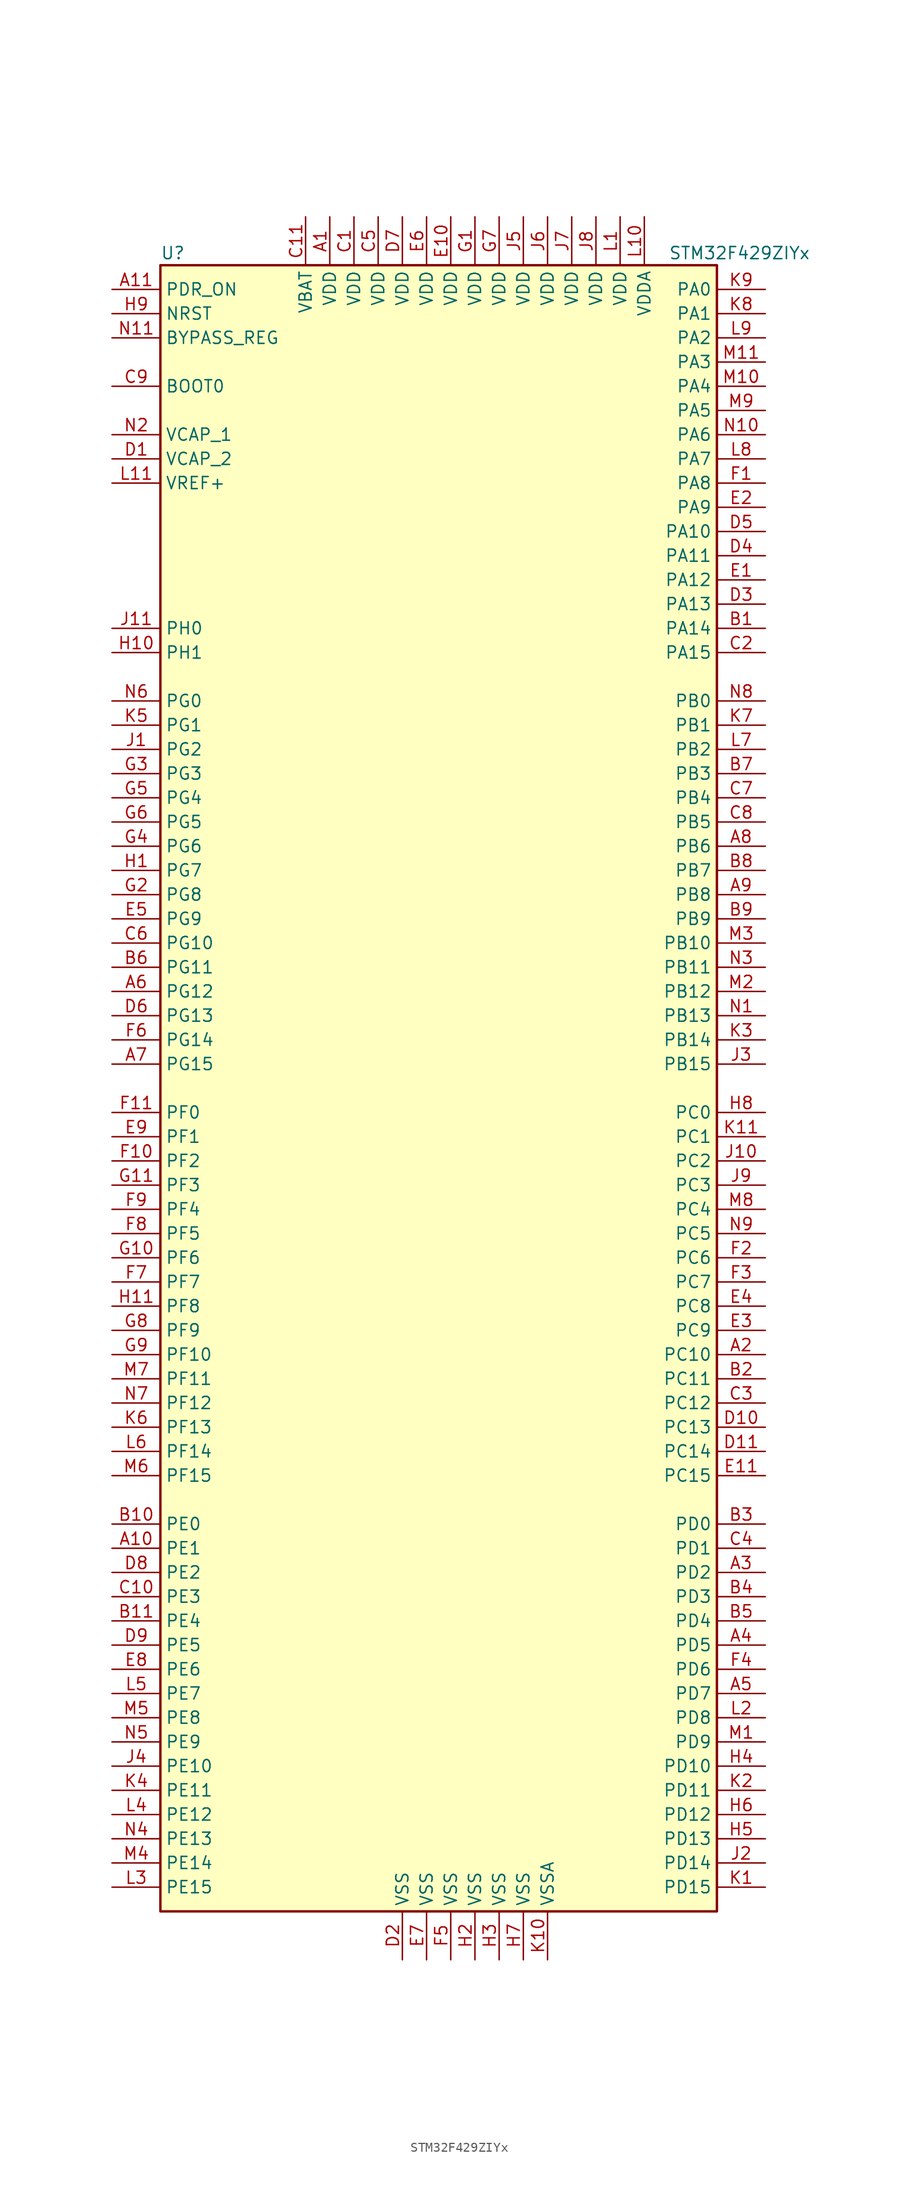
<source format=kicad_sym>
(kicad_symbol_lib
  (version 20201005)
  (generator kicad_symbol_editor)
  (symbol "MCU_ST_STM32F4:STM32F429ZIYx"
    (property "Reference" "U"
      (at -30.48 87.63 0)
      (effects (font (size 1.27 1.27)) (justify left)))
    (property "Value" "STM32F429ZIYx"
      (at 22.86 87.63 0)
      (effects (font (size 1.27 1.27)) (justify left)))
    (symbol "STM32F429ZIYx_0_1"
      (rectangle (start -30.48 -86.36) (end 27.94 86.36) (stroke (width 0.254)) (fill (type background))))
    (symbol "STM32F429ZIYx_1_1"
      (pin input line (at -35.56 73.66 0) (length 5.08) (name "BOOT0" (effects (font (size 1.27 1.27)))) (number "C9" (effects (font (size 1.27 1.27)))))
      (pin input line (at -35.56 78.74 0) (length 5.08) (name "BYPASS_REG" (effects (font (size 1.27 1.27)))) (number "N11" (effects (font (size 1.27 1.27)))))
      (pin input line (at -35.56 81.28 0) (length 5.08) (name "NRST" (effects (font (size 1.27 1.27)))) (number "H9" (effects (font (size 1.27 1.27)))))
      (pin bidirectional line (at 33.02 83.82 180) (length 5.08) (name "PA0" (effects (font (size 1.27 1.27)))) (number "K9" (effects (font (size 1.27 1.27)))))
      (pin bidirectional line (at 33.02 81.28 180) (length 5.08) (name "PA1" (effects (font (size 1.27 1.27)))) (number "K8" (effects (font (size 1.27 1.27)))))
      (pin bidirectional line (at 33.02 58.42 180) (length 5.08) (name "PA10" (effects (font (size 1.27 1.27)))) (number "D5" (effects (font (size 1.27 1.27)))))
      (pin bidirectional line (at 33.02 55.88 180) (length 5.08) (name "PA11" (effects (font (size 1.27 1.27)))) (number "D4" (effects (font (size 1.27 1.27)))))
      (pin bidirectional line (at 33.02 53.34 180) (length 5.08) (name "PA12" (effects (font (size 1.27 1.27)))) (number "E1" (effects (font (size 1.27 1.27)))))
      (pin bidirectional line (at 33.02 50.8 180) (length 5.08) (name "PA13" (effects (font (size 1.27 1.27)))) (number "D3" (effects (font (size 1.27 1.27)))))
      (pin bidirectional line (at 33.02 48.26 180) (length 5.08) (name "PA14" (effects (font (size 1.27 1.27)))) (number "B1" (effects (font (size 1.27 1.27)))))
      (pin bidirectional line (at 33.02 45.72 180) (length 5.08) (name "PA15" (effects (font (size 1.27 1.27)))) (number "C2" (effects (font (size 1.27 1.27)))))
      (pin bidirectional line (at 33.02 78.74 180) (length 5.08) (name "PA2" (effects (font (size 1.27 1.27)))) (number "L9" (effects (font (size 1.27 1.27)))))
      (pin bidirectional line (at 33.02 76.2 180) (length 5.08) (name "PA3" (effects (font (size 1.27 1.27)))) (number "M11" (effects (font (size 1.27 1.27)))))
      (pin bidirectional line (at 33.02 73.66 180) (length 5.08) (name "PA4" (effects (font (size 1.27 1.27)))) (number "M10" (effects (font (size 1.27 1.27)))))
      (pin bidirectional line (at 33.02 71.12 180) (length 5.08) (name "PA5" (effects (font (size 1.27 1.27)))) (number "M9" (effects (font (size 1.27 1.27)))))
      (pin bidirectional line (at 33.02 68.58 180) (length 5.08) (name "PA6" (effects (font (size 1.27 1.27)))) (number "N10" (effects (font (size 1.27 1.27)))))
      (pin bidirectional line (at 33.02 66.04 180) (length 5.08) (name "PA7" (effects (font (size 1.27 1.27)))) (number "L8" (effects (font (size 1.27 1.27)))))
      (pin bidirectional line (at 33.02 63.5 180) (length 5.08) (name "PA8" (effects (font (size 1.27 1.27)))) (number "F1" (effects (font (size 1.27 1.27)))))
      (pin bidirectional line (at 33.02 60.96 180) (length 5.08) (name "PA9" (effects (font (size 1.27 1.27)))) (number "E2" (effects (font (size 1.27 1.27)))))
      (pin bidirectional line (at 33.02 40.64 180) (length 5.08) (name "PB0" (effects (font (size 1.27 1.27)))) (number "N8" (effects (font (size 1.27 1.27)))))
      (pin bidirectional line (at 33.02 38.1 180) (length 5.08) (name "PB1" (effects (font (size 1.27 1.27)))) (number "K7" (effects (font (size 1.27 1.27)))))
      (pin bidirectional line (at 33.02 15.24 180) (length 5.08) (name "PB10" (effects (font (size 1.27 1.27)))) (number "M3" (effects (font (size 1.27 1.27)))))
      (pin bidirectional line (at 33.02 12.7 180) (length 5.08) (name "PB11" (effects (font (size 1.27 1.27)))) (number "N3" (effects (font (size 1.27 1.27)))))
      (pin bidirectional line (at 33.02 10.16 180) (length 5.08) (name "PB12" (effects (font (size 1.27 1.27)))) (number "M2" (effects (font (size 1.27 1.27)))))
      (pin bidirectional line (at 33.02 7.62 180) (length 5.08) (name "PB13" (effects (font (size 1.27 1.27)))) (number "N1" (effects (font (size 1.27 1.27)))))
      (pin bidirectional line (at 33.02 5.08 180) (length 5.08) (name "PB14" (effects (font (size 1.27 1.27)))) (number "K3" (effects (font (size 1.27 1.27)))))
      (pin bidirectional line (at 33.02 2.54 180) (length 5.08) (name "PB15" (effects (font (size 1.27 1.27)))) (number "J3" (effects (font (size 1.27 1.27)))))
      (pin bidirectional line (at 33.02 35.56 180) (length 5.08) (name "PB2" (effects (font (size 1.27 1.27)))) (number "L7" (effects (font (size 1.27 1.27)))))
      (pin bidirectional line (at 33.02 33.02 180) (length 5.08) (name "PB3" (effects (font (size 1.27 1.27)))) (number "B7" (effects (font (size 1.27 1.27)))))
      (pin bidirectional line (at 33.02 30.48 180) (length 5.08) (name "PB4" (effects (font (size 1.27 1.27)))) (number "C7" (effects (font (size 1.27 1.27)))))
      (pin bidirectional line (at 33.02 27.94 180) (length 5.08) (name "PB5" (effects (font (size 1.27 1.27)))) (number "C8" (effects (font (size 1.27 1.27)))))
      (pin bidirectional line (at 33.02 25.4 180) (length 5.08) (name "PB6" (effects (font (size 1.27 1.27)))) (number "A8" (effects (font (size 1.27 1.27)))))
      (pin bidirectional line (at 33.02 22.86 180) (length 5.08) (name "PB7" (effects (font (size 1.27 1.27)))) (number "B8" (effects (font (size 1.27 1.27)))))
      (pin bidirectional line (at 33.02 20.32 180) (length 5.08) (name "PB8" (effects (font (size 1.27 1.27)))) (number "A9" (effects (font (size 1.27 1.27)))))
      (pin bidirectional line (at 33.02 17.78 180) (length 5.08) (name "PB9" (effects (font (size 1.27 1.27)))) (number "B9" (effects (font (size 1.27 1.27)))))
      (pin bidirectional line (at 33.02 -2.54 180) (length 5.08) (name "PC0" (effects (font (size 1.27 1.27)))) (number "H8" (effects (font (size 1.27 1.27)))))
      (pin bidirectional line (at 33.02 -5.08 180) (length 5.08) (name "PC1" (effects (font (size 1.27 1.27)))) (number "K11" (effects (font (size 1.27 1.27)))))
      (pin bidirectional line (at 33.02 -27.94 180) (length 5.08) (name "PC10" (effects (font (size 1.27 1.27)))) (number "A2" (effects (font (size 1.27 1.27)))))
      (pin bidirectional line (at 33.02 -30.48 180) (length 5.08) (name "PC11" (effects (font (size 1.27 1.27)))) (number "B2" (effects (font (size 1.27 1.27)))))
      (pin bidirectional line (at 33.02 -33.02 180) (length 5.08) (name "PC12" (effects (font (size 1.27 1.27)))) (number "C3" (effects (font (size 1.27 1.27)))))
      (pin bidirectional line (at 33.02 -35.56 180) (length 5.08) (name "PC13" (effects (font (size 1.27 1.27)))) (number "D10" (effects (font (size 1.27 1.27)))))
      (pin bidirectional line (at 33.02 -38.1 180) (length 5.08) (name "PC14" (effects (font (size 1.27 1.27)))) (number "D11" (effects (font (size 1.27 1.27)))))
      (pin bidirectional line (at 33.02 -40.64 180) (length 5.08) (name "PC15" (effects (font (size 1.27 1.27)))) (number "E11" (effects (font (size 1.27 1.27)))))
      (pin bidirectional line (at 33.02 -7.62 180) (length 5.08) (name "PC2" (effects (font (size 1.27 1.27)))) (number "J10" (effects (font (size 1.27 1.27)))))
      (pin bidirectional line (at 33.02 -10.16 180) (length 5.08) (name "PC3" (effects (font (size 1.27 1.27)))) (number "J9" (effects (font (size 1.27 1.27)))))
      (pin bidirectional line (at 33.02 -12.7 180) (length 5.08) (name "PC4" (effects (font (size 1.27 1.27)))) (number "M8" (effects (font (size 1.27 1.27)))))
      (pin bidirectional line (at 33.02 -15.24 180) (length 5.08) (name "PC5" (effects (font (size 1.27 1.27)))) (number "N9" (effects (font (size 1.27 1.27)))))
      (pin bidirectional line (at 33.02 -17.78 180) (length 5.08) (name "PC6" (effects (font (size 1.27 1.27)))) (number "F2" (effects (font (size 1.27 1.27)))))
      (pin bidirectional line (at 33.02 -20.32 180) (length 5.08) (name "PC7" (effects (font (size 1.27 1.27)))) (number "F3" (effects (font (size 1.27 1.27)))))
      (pin bidirectional line (at 33.02 -22.86 180) (length 5.08) (name "PC8" (effects (font (size 1.27 1.27)))) (number "E4" (effects (font (size 1.27 1.27)))))
      (pin bidirectional line (at 33.02 -25.4 180) (length 5.08) (name "PC9" (effects (font (size 1.27 1.27)))) (number "E3" (effects (font (size 1.27 1.27)))))
      (pin bidirectional line (at 33.02 -45.72 180) (length 5.08) (name "PD0" (effects (font (size 1.27 1.27)))) (number "B3" (effects (font (size 1.27 1.27)))))
      (pin bidirectional line (at 33.02 -48.26 180) (length 5.08) (name "PD1" (effects (font (size 1.27 1.27)))) (number "C4" (effects (font (size 1.27 1.27)))))
      (pin bidirectional line (at 33.02 -71.12 180) (length 5.08) (name "PD10" (effects (font (size 1.27 1.27)))) (number "H4" (effects (font (size 1.27 1.27)))))
      (pin bidirectional line (at 33.02 -73.66 180) (length 5.08) (name "PD11" (effects (font (size 1.27 1.27)))) (number "K2" (effects (font (size 1.27 1.27)))))
      (pin bidirectional line (at 33.02 -76.2 180) (length 5.08) (name "PD12" (effects (font (size 1.27 1.27)))) (number "H6" (effects (font (size 1.27 1.27)))))
      (pin bidirectional line (at 33.02 -78.74 180) (length 5.08) (name "PD13" (effects (font (size 1.27 1.27)))) (number "H5" (effects (font (size 1.27 1.27)))))
      (pin bidirectional line (at 33.02 -81.28 180) (length 5.08) (name "PD14" (effects (font (size 1.27 1.27)))) (number "J2" (effects (font (size 1.27 1.27)))))
      (pin bidirectional line (at 33.02 -83.82 180) (length 5.08) (name "PD15" (effects (font (size 1.27 1.27)))) (number "K1" (effects (font (size 1.27 1.27)))))
      (pin bidirectional line (at 33.02 -50.8 180) (length 5.08) (name "PD2" (effects (font (size 1.27 1.27)))) (number "A3" (effects (font (size 1.27 1.27)))))
      (pin bidirectional line (at 33.02 -53.34 180) (length 5.08) (name "PD3" (effects (font (size 1.27 1.27)))) (number "B4" (effects (font (size 1.27 1.27)))))
      (pin bidirectional line (at 33.02 -55.88 180) (length 5.08) (name "PD4" (effects (font (size 1.27 1.27)))) (number "B5" (effects (font (size 1.27 1.27)))))
      (pin bidirectional line (at 33.02 -58.42 180) (length 5.08) (name "PD5" (effects (font (size 1.27 1.27)))) (number "A4" (effects (font (size 1.27 1.27)))))
      (pin bidirectional line (at 33.02 -60.96 180) (length 5.08) (name "PD6" (effects (font (size 1.27 1.27)))) (number "F4" (effects (font (size 1.27 1.27)))))
      (pin bidirectional line (at 33.02 -63.5 180) (length 5.08) (name "PD7" (effects (font (size 1.27 1.27)))) (number "A5" (effects (font (size 1.27 1.27)))))
      (pin bidirectional line (at 33.02 -66.04 180) (length 5.08) (name "PD8" (effects (font (size 1.27 1.27)))) (number "L2" (effects (font (size 1.27 1.27)))))
      (pin bidirectional line (at 33.02 -68.58 180) (length 5.08) (name "PD9" (effects (font (size 1.27 1.27)))) (number "M1" (effects (font (size 1.27 1.27)))))
      (pin input line (at -35.56 83.82 0) (length 5.08) (name "PDR_ON" (effects (font (size 1.27 1.27)))) (number "A11" (effects (font (size 1.27 1.27)))))
      (pin bidirectional line (at -35.56 -45.72 0) (length 5.08) (name "PE0" (effects (font (size 1.27 1.27)))) (number "B10" (effects (font (size 1.27 1.27)))))
      (pin bidirectional line (at -35.56 -48.26 0) (length 5.08) (name "PE1" (effects (font (size 1.27 1.27)))) (number "A10" (effects (font (size 1.27 1.27)))))
      (pin bidirectional line (at -35.56 -71.12 0) (length 5.08) (name "PE10" (effects (font (size 1.27 1.27)))) (number "J4" (effects (font (size 1.27 1.27)))))
      (pin bidirectional line (at -35.56 -73.66 0) (length 5.08) (name "PE11" (effects (font (size 1.27 1.27)))) (number "K4" (effects (font (size 1.27 1.27)))))
      (pin bidirectional line (at -35.56 -76.2 0) (length 5.08) (name "PE12" (effects (font (size 1.27 1.27)))) (number "L4" (effects (font (size 1.27 1.27)))))
      (pin bidirectional line (at -35.56 -78.74 0) (length 5.08) (name "PE13" (effects (font (size 1.27 1.27)))) (number "N4" (effects (font (size 1.27 1.27)))))
      (pin bidirectional line (at -35.56 -81.28 0) (length 5.08) (name "PE14" (effects (font (size 1.27 1.27)))) (number "M4" (effects (font (size 1.27 1.27)))))
      (pin bidirectional line (at -35.56 -83.82 0) (length 5.08) (name "PE15" (effects (font (size 1.27 1.27)))) (number "L3" (effects (font (size 1.27 1.27)))))
      (pin bidirectional line (at -35.56 -50.8 0) (length 5.08) (name "PE2" (effects (font (size 1.27 1.27)))) (number "D8" (effects (font (size 1.27 1.27)))))
      (pin bidirectional line (at -35.56 -53.34 0) (length 5.08) (name "PE3" (effects (font (size 1.27 1.27)))) (number "C10" (effects (font (size 1.27 1.27)))))
      (pin bidirectional line (at -35.56 -55.88 0) (length 5.08) (name "PE4" (effects (font (size 1.27 1.27)))) (number "B11" (effects (font (size 1.27 1.27)))))
      (pin bidirectional line (at -35.56 -58.42 0) (length 5.08) (name "PE5" (effects (font (size 1.27 1.27)))) (number "D9" (effects (font (size 1.27 1.27)))))
      (pin bidirectional line (at -35.56 -60.96 0) (length 5.08) (name "PE6" (effects (font (size 1.27 1.27)))) (number "E8" (effects (font (size 1.27 1.27)))))
      (pin bidirectional line (at -35.56 -63.5 0) (length 5.08) (name "PE7" (effects (font (size 1.27 1.27)))) (number "L5" (effects (font (size 1.27 1.27)))))
      (pin bidirectional line (at -35.56 -66.04 0) (length 5.08) (name "PE8" (effects (font (size 1.27 1.27)))) (number "M5" (effects (font (size 1.27 1.27)))))
      (pin bidirectional line (at -35.56 -68.58 0) (length 5.08) (name "PE9" (effects (font (size 1.27 1.27)))) (number "N5" (effects (font (size 1.27 1.27)))))
      (pin bidirectional line (at -35.56 -2.54 0) (length 5.08) (name "PF0" (effects (font (size 1.27 1.27)))) (number "F11" (effects (font (size 1.27 1.27)))))
      (pin bidirectional line (at -35.56 -5.08 0) (length 5.08) (name "PF1" (effects (font (size 1.27 1.27)))) (number "E9" (effects (font (size 1.27 1.27)))))
      (pin bidirectional line (at -35.56 -27.94 0) (length 5.08) (name "PF10" (effects (font (size 1.27 1.27)))) (number "G9" (effects (font (size 1.27 1.27)))))
      (pin bidirectional line (at -35.56 -30.48 0) (length 5.08) (name "PF11" (effects (font (size 1.27 1.27)))) (number "M7" (effects (font (size 1.27 1.27)))))
      (pin bidirectional line (at -35.56 -33.02 0) (length 5.08) (name "PF12" (effects (font (size 1.27 1.27)))) (number "N7" (effects (font (size 1.27 1.27)))))
      (pin bidirectional line (at -35.56 -35.56 0) (length 5.08) (name "PF13" (effects (font (size 1.27 1.27)))) (number "K6" (effects (font (size 1.27 1.27)))))
      (pin bidirectional line (at -35.56 -38.1 0) (length 5.08) (name "PF14" (effects (font (size 1.27 1.27)))) (number "L6" (effects (font (size 1.27 1.27)))))
      (pin bidirectional line (at -35.56 -40.64 0) (length 5.08) (name "PF15" (effects (font (size 1.27 1.27)))) (number "M6" (effects (font (size 1.27 1.27)))))
      (pin bidirectional line (at -35.56 -7.62 0) (length 5.08) (name "PF2" (effects (font (size 1.27 1.27)))) (number "F10" (effects (font (size 1.27 1.27)))))
      (pin bidirectional line (at -35.56 -10.16 0) (length 5.08) (name "PF3" (effects (font (size 1.27 1.27)))) (number "G11" (effects (font (size 1.27 1.27)))))
      (pin bidirectional line (at -35.56 -12.7 0) (length 5.08) (name "PF4" (effects (font (size 1.27 1.27)))) (number "F9" (effects (font (size 1.27 1.27)))))
      (pin bidirectional line (at -35.56 -15.24 0) (length 5.08) (name "PF5" (effects (font (size 1.27 1.27)))) (number "F8" (effects (font (size 1.27 1.27)))))
      (pin bidirectional line (at -35.56 -17.78 0) (length 5.08) (name "PF6" (effects (font (size 1.27 1.27)))) (number "G10" (effects (font (size 1.27 1.27)))))
      (pin bidirectional line (at -35.56 -20.32 0) (length 5.08) (name "PF7" (effects (font (size 1.27 1.27)))) (number "F7" (effects (font (size 1.27 1.27)))))
      (pin bidirectional line (at -35.56 -22.86 0) (length 5.08) (name "PF8" (effects (font (size 1.27 1.27)))) (number "H11" (effects (font (size 1.27 1.27)))))
      (pin bidirectional line (at -35.56 -25.4 0) (length 5.08) (name "PF9" (effects (font (size 1.27 1.27)))) (number "G8" (effects (font (size 1.27 1.27)))))
      (pin bidirectional line (at -35.56 40.64 0) (length 5.08) (name "PG0" (effects (font (size 1.27 1.27)))) (number "N6" (effects (font (size 1.27 1.27)))))
      (pin bidirectional line (at -35.56 38.1 0) (length 5.08) (name "PG1" (effects (font (size 1.27 1.27)))) (number "K5" (effects (font (size 1.27 1.27)))))
      (pin bidirectional line (at -35.56 15.24 0) (length 5.08) (name "PG10" (effects (font (size 1.27 1.27)))) (number "C6" (effects (font (size 1.27 1.27)))))
      (pin bidirectional line (at -35.56 12.7 0) (length 5.08) (name "PG11" (effects (font (size 1.27 1.27)))) (number "B6" (effects (font (size 1.27 1.27)))))
      (pin bidirectional line (at -35.56 10.16 0) (length 5.08) (name "PG12" (effects (font (size 1.27 1.27)))) (number "A6" (effects (font (size 1.27 1.27)))))
      (pin bidirectional line (at -35.56 7.62 0) (length 5.08) (name "PG13" (effects (font (size 1.27 1.27)))) (number "D6" (effects (font (size 1.27 1.27)))))
      (pin bidirectional line (at -35.56 5.08 0) (length 5.08) (name "PG14" (effects (font (size 1.27 1.27)))) (number "F6" (effects (font (size 1.27 1.27)))))
      (pin bidirectional line (at -35.56 2.54 0) (length 5.08) (name "PG15" (effects (font (size 1.27 1.27)))) (number "A7" (effects (font (size 1.27 1.27)))))
      (pin bidirectional line (at -35.56 35.56 0) (length 5.08) (name "PG2" (effects (font (size 1.27 1.27)))) (number "J1" (effects (font (size 1.27 1.27)))))
      (pin bidirectional line (at -35.56 33.02 0) (length 5.08) (name "PG3" (effects (font (size 1.27 1.27)))) (number "G3" (effects (font (size 1.27 1.27)))))
      (pin bidirectional line (at -35.56 30.48 0) (length 5.08) (name "PG4" (effects (font (size 1.27 1.27)))) (number "G5" (effects (font (size 1.27 1.27)))))
      (pin bidirectional line (at -35.56 27.94 0) (length 5.08) (name "PG5" (effects (font (size 1.27 1.27)))) (number "G6" (effects (font (size 1.27 1.27)))))
      (pin bidirectional line (at -35.56 25.4 0) (length 5.08) (name "PG6" (effects (font (size 1.27 1.27)))) (number "G4" (effects (font (size 1.27 1.27)))))
      (pin bidirectional line (at -35.56 22.86 0) (length 5.08) (name "PG7" (effects (font (size 1.27 1.27)))) (number "H1" (effects (font (size 1.27 1.27)))))
      (pin bidirectional line (at -35.56 20.32 0) (length 5.08) (name "PG8" (effects (font (size 1.27 1.27)))) (number "G2" (effects (font (size 1.27 1.27)))))
      (pin bidirectional line (at -35.56 17.78 0) (length 5.08) (name "PG9" (effects (font (size 1.27 1.27)))) (number "E5" (effects (font (size 1.27 1.27)))))
      (pin input line (at -35.56 48.26 0) (length 5.08) (name "PH0" (effects (font (size 1.27 1.27)))) (number "J11" (effects (font (size 1.27 1.27)))))
      (pin input line (at -35.56 45.72 0) (length 5.08) (name "PH1" (effects (font (size 1.27 1.27)))) (number "H10" (effects (font (size 1.27 1.27)))))
      (pin power_in line (at -15.24 91.44 270) (length 5.08) (name "VBAT" (effects (font (size 1.27 1.27)))) (number "C11" (effects (font (size 1.27 1.27)))))
      (pin power_in line (at -35.56 68.58 0) (length 5.08) (name "VCAP_1" (effects (font (size 1.27 1.27)))) (number "N2" (effects (font (size 1.27 1.27)))))
      (pin power_in line (at -35.56 66.04 0) (length 5.08) (name "VCAP_2" (effects (font (size 1.27 1.27)))) (number "D1" (effects (font (size 1.27 1.27)))))
      (pin power_in line (at -12.7 91.44 270) (length 5.08) (name "VDD" (effects (font (size 1.27 1.27)))) (number "A1" (effects (font (size 1.27 1.27)))))
      (pin power_in line (at -10.16 91.44 270) (length 5.08) (name "VDD" (effects (font (size 1.27 1.27)))) (number "C1" (effects (font (size 1.27 1.27)))))
      (pin power_in line (at -7.62 91.44 270) (length 5.08) (name "VDD" (effects (font (size 1.27 1.27)))) (number "C5" (effects (font (size 1.27 1.27)))))
      (pin power_in line (at -5.08 91.44 270) (length 5.08) (name "VDD" (effects (font (size 1.27 1.27)))) (number "D7" (effects (font (size 1.27 1.27)))))
      (pin power_in line (at 0 91.44 270) (length 5.08) (name "VDD" (effects (font (size 1.27 1.27)))) (number "E10" (effects (font (size 1.27 1.27)))))
      (pin power_in line (at -2.54 91.44 270) (length 5.08) (name "VDD" (effects (font (size 1.27 1.27)))) (number "E6" (effects (font (size 1.27 1.27)))))
      (pin power_in line (at 2.54 91.44 270) (length 5.08) (name "VDD" (effects (font (size 1.27 1.27)))) (number "G1" (effects (font (size 1.27 1.27)))))
      (pin power_in line (at 5.08 91.44 270) (length 5.08) (name "VDD" (effects (font (size 1.27 1.27)))) (number "G7" (effects (font (size 1.27 1.27)))))
      (pin power_in line (at 7.62 91.44 270) (length 5.08) (name "VDD" (effects (font (size 1.27 1.27)))) (number "J5" (effects (font (size 1.27 1.27)))))
      (pin power_in line (at 10.16 91.44 270) (length 5.08) (name "VDD" (effects (font (size 1.27 1.27)))) (number "J6" (effects (font (size 1.27 1.27)))))
      (pin power_in line (at 12.7 91.44 270) (length 5.08) (name "VDD" (effects (font (size 1.27 1.27)))) (number "J7" (effects (font (size 1.27 1.27)))))
      (pin power_in line (at 15.24 91.44 270) (length 5.08) (name "VDD" (effects (font (size 1.27 1.27)))) (number "J8" (effects (font (size 1.27 1.27)))))
      (pin power_in line (at 17.78 91.44 270) (length 5.08) (name "VDD" (effects (font (size 1.27 1.27)))) (number "L1" (effects (font (size 1.27 1.27)))))
      (pin power_in line (at 20.32 91.44 270) (length 5.08) (name "VDDA" (effects (font (size 1.27 1.27)))) (number "L10" (effects (font (size 1.27 1.27)))))
      (pin power_in line (at -35.56 63.5 0) (length 5.08) (name "VREF+" (effects (font (size 1.27 1.27)))) (number "L11" (effects (font (size 1.27 1.27)))))
      (pin power_in line (at -5.08 -91.44 90) (length 5.08) (name "VSS" (effects (font (size 1.27 1.27)))) (number "D2" (effects (font (size 1.27 1.27)))))
      (pin power_in line (at -2.54 -91.44 90) (length 5.08) (name "VSS" (effects (font (size 1.27 1.27)))) (number "E7" (effects (font (size 1.27 1.27)))))
      (pin power_in line (at 0 -91.44 90) (length 5.08) (name "VSS" (effects (font (size 1.27 1.27)))) (number "F5" (effects (font (size 1.27 1.27)))))
      (pin power_in line (at 2.54 -91.44 90) (length 5.08) (name "VSS" (effects (font (size 1.27 1.27)))) (number "H2" (effects (font (size 1.27 1.27)))))
      (pin power_in line (at 5.08 -91.44 90) (length 5.08) (name "VSS" (effects (font (size 1.27 1.27)))) (number "H3" (effects (font (size 1.27 1.27)))))
      (pin power_in line (at 7.62 -91.44 90) (length 5.08) (name "VSS" (effects (font (size 1.27 1.27)))) (number "H7" (effects (font (size 1.27 1.27)))))
      (pin power_in line (at 10.16 -91.44 90) (length 5.08) (name "VSSA" (effects (font (size 1.27 1.27)))) (number "K10" (effects (font (size 1.27 1.27))))))))
</source>
